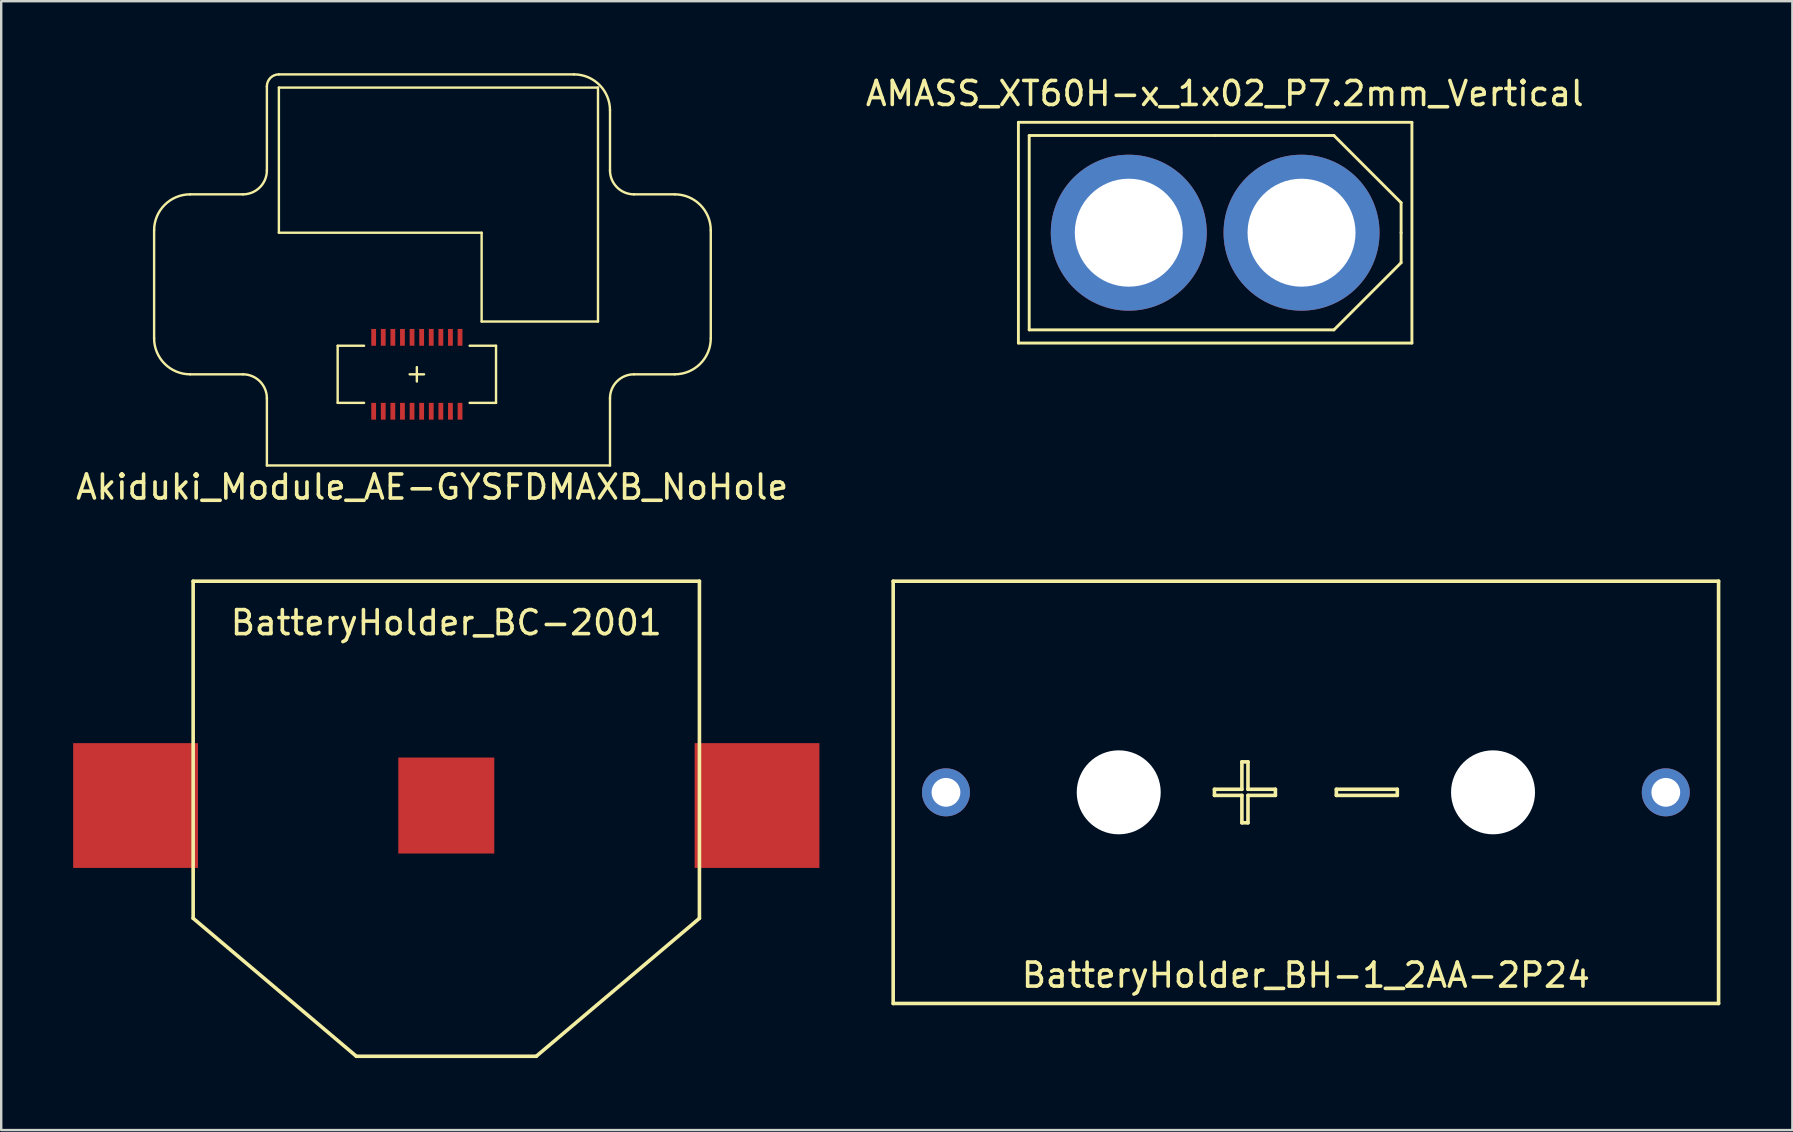
<source format=kicad_pcb>
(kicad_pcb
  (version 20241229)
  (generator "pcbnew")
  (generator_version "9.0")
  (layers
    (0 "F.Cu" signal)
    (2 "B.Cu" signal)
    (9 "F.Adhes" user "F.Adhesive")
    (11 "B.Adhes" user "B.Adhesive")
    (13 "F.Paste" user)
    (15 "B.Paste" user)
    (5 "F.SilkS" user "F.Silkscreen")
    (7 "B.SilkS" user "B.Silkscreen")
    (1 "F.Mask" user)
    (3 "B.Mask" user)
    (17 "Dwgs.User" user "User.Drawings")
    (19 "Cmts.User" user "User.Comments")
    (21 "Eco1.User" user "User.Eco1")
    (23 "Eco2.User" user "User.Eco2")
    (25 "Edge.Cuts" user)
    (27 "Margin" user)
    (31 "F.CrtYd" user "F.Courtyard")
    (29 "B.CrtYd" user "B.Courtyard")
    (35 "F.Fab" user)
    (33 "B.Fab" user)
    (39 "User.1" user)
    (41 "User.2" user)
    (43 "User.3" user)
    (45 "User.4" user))
  (footprint "BatteryHolder_BH-1_2AA-2P24"
    (layer "F.Cu")
    (at 51.375 29.972)
    (property "Reference" "BatteryHolder_BH-1_2AA-2P24" (at 0 7.62 0) (layer "F.SilkS") (effects (font (size 1 1) (thickness 0.15))))
    (attr through_hole)
    (fp_line (start -17.2 -8.8) (end -17.2 8.8) (stroke (width 0.15) (type solid)) (layer "F.SilkS"))
    (fp_line (start -17.2 -8.8) (end 17.2 -8.8) (stroke (width 0.15) (type solid)) (layer "F.SilkS"))
    (fp_line (start -3.81 -0.127) (end -2.667 -0.127) (stroke (width 0.15) (type solid)) (layer "F.SilkS"))
    (fp_line (start -3.81 0.127) (end -3.81 -0.127) (stroke (width 0.15) (type solid)) (layer "F.SilkS"))
    (fp_line (start -2.667 -1.27) (end -2.413 -1.27) (stroke (width 0.15) (type solid)) (layer "F.SilkS"))
    (fp_line (start -2.667 -0.127) (end -2.667 -1.27) (stroke (width 0.15) (type solid)) (layer "F.SilkS"))
    (fp_line (start -2.667 0.127) (end -3.81 0.127) (stroke (width 0.15) (type solid)) (layer "F.SilkS"))
    (fp_line (start -2.667 1.27) (end -2.667 0.127) (stroke (width 0.15) (type solid)) (layer "F.SilkS"))
    (fp_line (start -2.667 1.27) (end -2.413 1.27) (stroke (width 0.15) (type solid)) (layer "F.SilkS"))
    (fp_line (start -2.413 -1.27) (end -2.413 -0.127) (stroke (width 0.15) (type solid)) (layer "F.SilkS"))
    (fp_line (start -2.413 -0.127) (end -1.27 -0.127) (stroke (width 0.15) (type solid)) (layer "F.SilkS"))
    (fp_line (start -2.413 0.127) (end -2.413 1.27) (stroke (width 0.15) (type solid)) (layer "F.SilkS"))
    (fp_line (start -1.27 -0.127) (end -1.27 0.127) (stroke (width 0.15) (type solid)) (layer "F.SilkS"))
    (fp_line (start -1.27 0.127) (end -2.413 0.127) (stroke (width 0.15) (type solid)) (layer "F.SilkS"))
    (fp_line (start 1.27 -0.127) (end 1.27 0.127) (stroke (width 0.15) (type solid)) (layer "F.SilkS"))
    (fp_line (start 1.27 0.127) (end 3.81 0.127) (stroke (width 0.15) (type solid)) (layer "F.SilkS"))
    (fp_line (start 3.81 -0.127) (end 1.27 -0.127) (stroke (width 0.15) (type solid)) (layer "F.SilkS"))
    (fp_line (start 3.81 0.127) (end 3.81 -0.127) (stroke (width 0.15) (type solid)) (layer "F.SilkS"))
    (fp_line (start 17.2 -8.8) (end 17.2 8.8) (stroke (width 0.15) (type solid)) (layer "F.SilkS"))
    (fp_line (start 17.2 8.8) (end -17.2 8.8) (stroke (width 0.15) (type solid)) (layer "F.SilkS"))
    (pad "" np_thru_hole circle (at -7.8 0) (size 3.5 3.5) (drill 3.5) (layers "*.Cu" "*.Mask"))
    (pad "" np_thru_hole circle (at 7.8 0) (size 3.5 3.5) (drill 3.5) (layers "*.Cu" "*.Mask"))
    (pad "1" thru_hole circle (at -15 0) (size 2 2) (drill 1.2) (layers "*.Cu" "*.Mask"))
    (pad "2" thru_hole circle (at 15 0) (size 2 2) (drill 1.2) (layers "*.Cu" "*.Mask")))
  (footprint "Akiduki_Module_AE-GYSFDMAXB_NoHole"
    (layer "F.Cu")
    (at 14.323 12.55)
    (property "Reference" "Akiduki_Module_AE-GYSFDMAXB_NoHole" (at 0.635 4.699 0) (layer "F.SilkS") (effects (font (size 1 1) (thickness 0.15))))
    (attr through_hole)
    (fp_line (start -10.95 -6) (end -10.95 -1.5) (stroke (width 0.1) (type solid)) (layer "F.SilkS"))
    (fp_line (start -9.45 -7.5) (end -7.25 -7.5) (stroke (width 0.1) (type solid)) (layer "F.SilkS"))
    (fp_line (start -7.25 0) (end -9.45 0) (stroke (width 0.1) (type solid)) (layer "F.SilkS"))
    (fp_line (start -6.25 -12) (end -6.25 -8.5) (stroke (width 0.1) (type solid)) (layer "F.SilkS"))
    (fp_line (start -6.25 3.8) (end -6.25 1) (stroke (width 0.1) (type solid)) (layer "F.SilkS"))
    (fp_line (start -5.75 -12.5) (end 6.55 -12.5) (stroke (width 0.1) (type solid)) (layer "F.SilkS"))
    (fp_line (start -5.75 -11.95) (end 7.55 -11.95) (stroke (width 0.1) (type solid)) (layer "F.SilkS"))
    (fp_line (start -5.75 -5.9) (end -5.75 -11.95) (stroke (width 0.1) (type solid)) (layer "F.SilkS"))
    (fp_line (start -3.3 -1.19) (end -3.3 1.19) (stroke (width 0.1) (type solid)) (layer "F.SilkS"))
    (fp_line (start -3.3 -1.19) (end -2.2 -1.19) (stroke (width 0.1) (type solid)) (layer "F.SilkS"))
    (fp_line (start -3.3 1.19) (end -2.2 1.19) (stroke (width 0.1) (type solid)) (layer "F.SilkS"))
    (fp_line (start 0 -0.3) (end 0 0.3) (stroke (width 0.1) (type solid)) (layer "F.SilkS"))
    (fp_line (start 0.3 0) (end -0.3 0) (stroke (width 0.1) (type solid)) (layer "F.SilkS"))
    (fp_line (start 2.7 -5.9) (end -5.75 -5.9) (stroke (width 0.1) (type solid)) (layer "F.SilkS"))
    (fp_line (start 2.7 -2.2) (end 2.7 -5.9) (stroke (width 0.1) (type solid)) (layer "F.SilkS"))
    (fp_line (start 3.3 -1.19) (end 2.2 -1.19) (stroke (width 0.1) (type solid)) (layer "F.SilkS"))
    (fp_line (start 3.3 -1.19) (end 3.3 1.19) (stroke (width 0.1) (type solid)) (layer "F.SilkS"))
    (fp_line (start 3.3 1.19) (end 2.2 1.19) (stroke (width 0.1) (type solid)) (layer "F.SilkS"))
    (fp_line (start 7.55 -11.95) (end 7.55 -2.2) (stroke (width 0.1) (type solid)) (layer "F.SilkS"))
    (fp_line (start 7.55 -2.2) (end 2.7 -2.2) (stroke (width 0.1) (type solid)) (layer "F.SilkS"))
    (fp_line (start 8.05 -11) (end 8.05 -8.5) (stroke (width 0.1) (type solid)) (layer "F.SilkS"))
    (fp_line (start 8.05 1) (end 8.05 3.8) (stroke (width 0.1) (type solid)) (layer "F.SilkS"))
    (fp_line (start 8.05 3.8) (end -6.25 3.8) (stroke (width 0.1) (type solid)) (layer "F.SilkS"))
    (fp_line (start 9.05 -7.5) (end 10.75 -7.5) (stroke (width 0.1) (type solid)) (layer "F.SilkS"))
    (fp_line (start 10.75 0) (end 9.05 0) (stroke (width 0.1) (type solid)) (layer "F.SilkS"))
    (fp_line (start 12.25 -6) (end 12.25 -1.5) (stroke (width 0.1) (type solid)) (layer "F.SilkS"))
    (fp_arc (start -10.95 -6) (mid -10.51066 -7.06066) (end -9.45 -7.5) (stroke (width 0.1) (type solid)) (layer "F.SilkS"))
    (fp_arc (start -9.45 0) (mid -10.51066 -0.43934) (end -10.95 -1.5) (stroke (width 0.1) (type solid)) (layer "F.SilkS"))
    (fp_arc (start -7.25 0) (mid -6.542893 0.292893) (end -6.25 1) (stroke (width 0.1) (type solid)) (layer "F.SilkS"))
    (fp_arc (start -6.25 -12) (mid -6.103553 -12.353553) (end -5.75 -12.5) (stroke (width 0.1) (type solid)) (layer "F.SilkS"))
    (fp_arc (start -6.25 -8.5) (mid -6.542893 -7.792893) (end -7.25 -7.5) (stroke (width 0.1) (type solid)) (layer "F.SilkS"))
    (fp_arc (start 6.55 -12.5) (mid 7.61066 -12.06066) (end 8.05 -11) (stroke (width 0.1) (type solid)) (layer "F.SilkS"))
    (fp_arc (start 8.05 1) (mid 8.342893 0.292893) (end 9.05 0) (stroke (width 0.1) (type solid)) (layer "F.SilkS"))
    (fp_arc (start 9.05 -7.5) (mid 8.342893 -7.792893) (end 8.05 -8.5) (stroke (width 0.1) (type solid)) (layer "F.SilkS"))
    (fp_arc (start 10.75 -7.5) (mid 11.81066 -7.06066) (end 12.25 -6) (stroke (width 0.1) (type solid)) (layer "F.SilkS"))
    (fp_arc (start 12.25 -1.5) (mid 11.81066 -0.43934) (end 10.75 0) (stroke (width 0.1) (type solid)) (layer "F.SilkS"))
    (pad "1" smd rect (at 1.8 1.54) (size 0.2 0.7) (layers "F.Cu" "F.Mask" "F.Paste"))
    (pad "2" smd rect (at 1.8 -1.54) (size 0.2 0.7) (layers "F.Cu" "F.Mask" "F.Paste"))
    (pad "3" smd rect (at 1.4 1.54) (size 0.2 0.7) (layers "F.Cu" "F.Mask" "F.Paste"))
    (pad "4" smd rect (at 1.4 -1.54) (size 0.2 0.7) (layers "F.Cu" "F.Mask" "F.Paste"))
    (pad "5" smd rect (at 1 1.54) (size 0.2 0.7) (layers "F.Cu" "F.Mask" "F.Paste"))
    (pad "6" smd rect (at 1 -1.54) (size 0.2 0.7) (layers "F.Cu" "F.Mask" "F.Paste"))
    (pad "7" smd rect (at 0.6 1.54) (size 0.2 0.7) (layers "F.Cu" "F.Mask" "F.Paste"))
    (pad "8" smd rect (at 0.6 -1.54) (size 0.2 0.7) (layers "F.Cu" "F.Mask" "F.Paste"))
    (pad "9" smd rect (at 0.2 1.54) (size 0.2 0.7) (layers "F.Cu" "F.Mask" "F.Paste"))
    (pad "10" smd rect (at 0.2 -1.54) (size 0.2 0.7) (layers "F.Cu" "F.Mask" "F.Paste"))
    (pad "11" smd rect (at -0.2 1.54) (size 0.2 0.7) (layers "F.Cu" "F.Mask" "F.Paste"))
    (pad "12" smd rect (at -0.2 -1.54) (size 0.2 0.7) (layers "F.Cu" "F.Mask" "F.Paste"))
    (pad "13" smd rect (at -0.6 1.54) (size 0.2 0.7) (layers "F.Cu" "F.Mask" "F.Paste"))
    (pad "14" smd rect (at -0.6 -1.54) (size 0.2 0.7) (layers "F.Cu" "F.Mask" "F.Paste"))
    (pad "15" smd rect (at -1 1.54) (size 0.2 0.7) (layers "F.Cu" "F.Mask" "F.Paste"))
    (pad "16" smd rect (at -1 -1.54) (size 0.2 0.7) (layers "F.Cu" "F.Mask" "F.Paste"))
    (pad "17" smd rect (at -1.4 1.54) (size 0.2 0.7) (layers "F.Cu" "F.Mask" "F.Paste"))
    (pad "18" smd rect (at -1.4 -1.54) (size 0.2 0.7) (layers "F.Cu" "F.Mask" "F.Paste"))
    (pad "19" smd rect (at -1.8 1.54) (size 0.2 0.7) (layers "F.Cu" "F.Mask" "F.Paste"))
    (pad "20" smd rect (at -1.8 -1.54) (size 0.2 0.7) (layers "F.Cu" "F.Mask" "F.Paste")))
  (footprint "BatteryHolder_BC-2001"
    (layer "F.Cu")
    (at 15.55 30.522)
    (property "Reference" "BatteryHolder_BC-2001" (at 0 -7.62 0) (layer "F.SilkS") (effects (font (size 1 1) (thickness 0.15))))
    (attr through_hole)
    (fp_line (start -10.55 -9.35) (end -10.55 4.7) (stroke (width 0.15) (type solid)) (layer "F.SilkS"))
    (fp_line (start -10.55 4.7) (end -3.75 10.45) (stroke (width 0.15) (type solid)) (layer "F.SilkS"))
    (fp_line (start -3.75 10.45) (end 3.75 10.45) (stroke (width 0.15) (type solid)) (layer "F.SilkS"))
    (fp_line (start 3.75 10.45) (end 10.55 4.7) (stroke (width 0.15) (type solid)) (layer "F.SilkS"))
    (fp_line (start 10.55 -9.35) (end -10.55 -9.35) (stroke (width 0.15) (type solid)) (layer "F.SilkS"))
    (fp_line (start 10.55 4.7) (end 10.55 -9.35) (stroke (width 0.15) (type solid)) (layer "F.SilkS"))
    (pad "1" smd rect (at -12.95 0) (size 5.2 5.2) (layers "F.Cu" "F.Mask" "F.Paste"))
    (pad "1" smd rect (at 12.95 0) (size 5.2 5.2) (layers "F.Cu" "F.Mask" "F.Paste"))
    (pad "2" smd rect (at 0 0) (size 4 4) (layers "F.Cu" "F.Mask" "F.Paste")))
  (footprint "AMASS_XT60H-x_1x02_P7.2mm_Vertical"
    (layer "F.Cu")
    (at 47.594 6.648)
    (property "Reference" "AMASS_XT60H-x_1x02_P7.2mm_Vertical" (at 0.4 -5.8 0) (layer "F.SilkS") (effects (font (size 1 1) (thickness 0.15))))
    (attr through_hole)
    (fp_line (start -8.2 -4.6) (end 8.2 -4.6) (stroke (width 0.12) (type solid)) (layer "F.SilkS"))
    (fp_line (start -8.2 4.6) (end -8.2 -4.6) (stroke (width 0.12) (type solid)) (layer "F.SilkS"))
    (fp_line (start -7.75 -4.05) (end -7.75 4.05) (stroke (width 0.12) (type solid)) (layer "F.SilkS"))
    (fp_line (start 0 -4.05) (end -7.75 -4.05) (stroke (width 0.12) (type solid)) (layer "F.SilkS"))
    (fp_line (start 0 -4.05) (end 4.95 -4.05) (stroke (width 0.12) (type solid)) (layer "F.SilkS"))
    (fp_line (start 4.95 4.05) (end -7.75 4.05) (stroke (width 0.12) (type solid)) (layer "F.SilkS"))
    (fp_line (start 7.75 -1.25) (end 4.95 -4.05) (stroke (width 0.12) (type solid)) (layer "F.SilkS"))
    (fp_line (start 7.75 0) (end 7.75 -1.25) (stroke (width 0.12) (type solid)) (layer "F.SilkS"))
    (fp_line (start 7.75 0) (end 7.75 1.25) (stroke (width 0.12) (type solid)) (layer "F.SilkS"))
    (fp_line (start 7.75 1.25) (end 4.95 4.05) (stroke (width 0.12) (type solid)) (layer "F.SilkS"))
    (fp_line (start 8.2 -4.6) (end 8.2 4.6) (stroke (width 0.12) (type solid)) (layer "F.SilkS"))
    (fp_line (start 8.2 4.6) (end -8.2 4.6) (stroke (width 0.12) (type solid)) (layer "F.SilkS"))
    (pad "1" thru_hole circle (at 3.6 0) (size 6.5 6.5) (drill 4.5) (layers "*.Cu" "*.Mask"))
    (pad "2" thru_hole circle (at -3.6 0) (size 6.5 6.5) (drill 4.5) (layers "*.Cu" "*.Mask")))
  (gr_rect
    (start -3 -3)
    (end 71.65 44.047)
    (stroke (width 0.1) (type default))
    (fill no)
    (layer "Edge.Cuts")))
</source>
